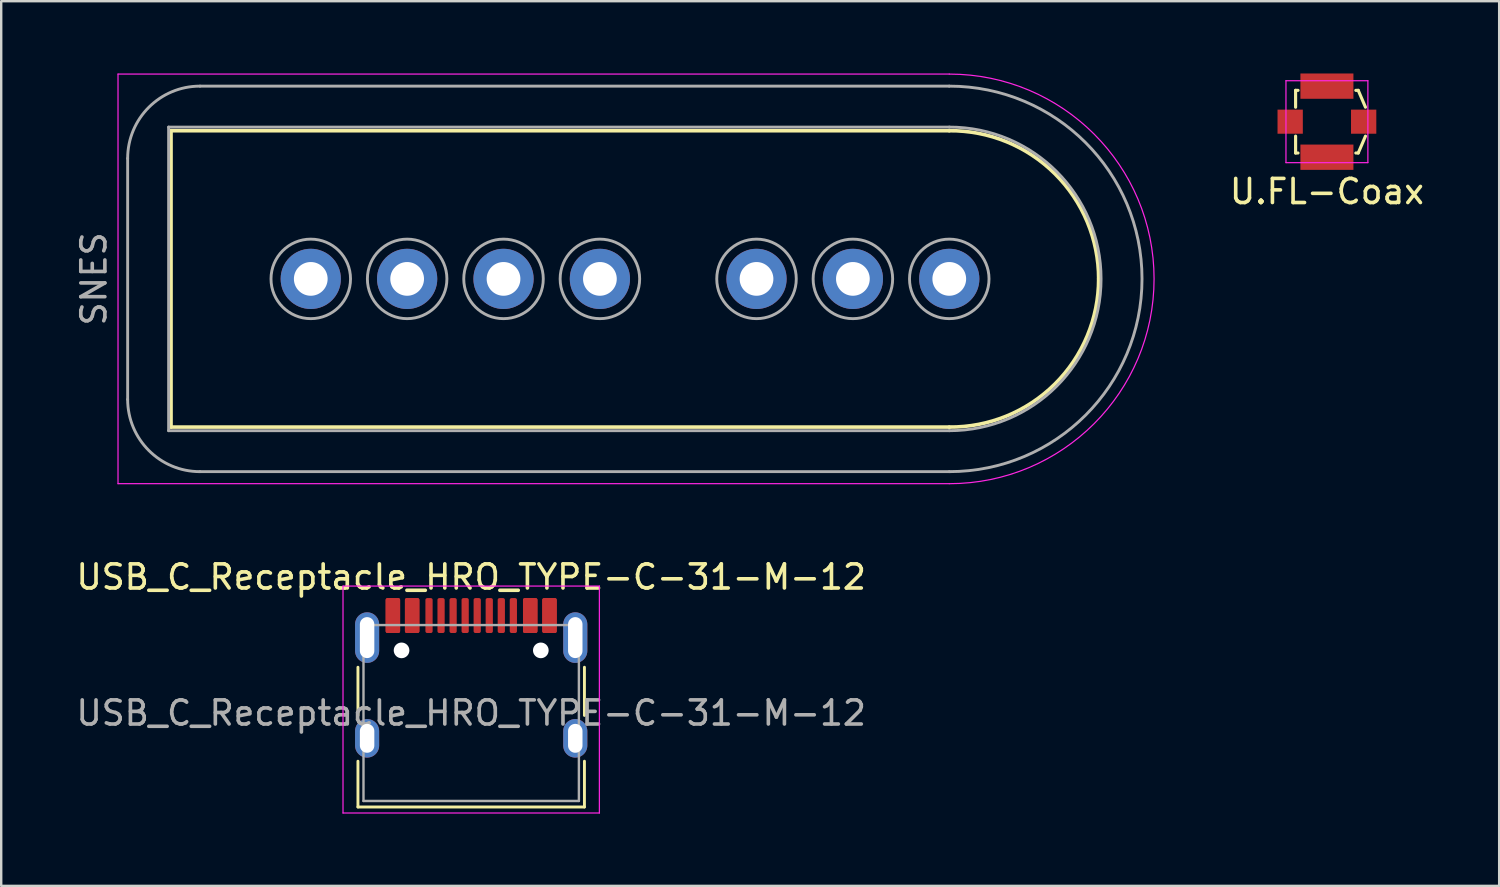
<source format=kicad_pcb>
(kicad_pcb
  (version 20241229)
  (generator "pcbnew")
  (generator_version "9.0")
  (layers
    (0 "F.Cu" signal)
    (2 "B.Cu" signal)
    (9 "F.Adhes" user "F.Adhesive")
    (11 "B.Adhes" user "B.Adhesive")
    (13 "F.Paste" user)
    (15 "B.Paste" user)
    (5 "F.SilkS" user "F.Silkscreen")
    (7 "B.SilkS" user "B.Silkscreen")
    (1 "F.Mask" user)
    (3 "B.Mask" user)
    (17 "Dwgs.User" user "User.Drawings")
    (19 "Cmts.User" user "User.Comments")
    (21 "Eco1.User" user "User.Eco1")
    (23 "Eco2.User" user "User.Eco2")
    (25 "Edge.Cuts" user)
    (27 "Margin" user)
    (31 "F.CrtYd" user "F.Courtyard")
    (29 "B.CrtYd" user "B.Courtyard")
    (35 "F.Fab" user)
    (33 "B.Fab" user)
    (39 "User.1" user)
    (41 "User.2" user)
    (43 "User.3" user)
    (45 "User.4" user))
  (footprint "USB_C_Receptacle_HRO_TYPE-C-31-M-12"
    (layer "F.Cu")
    (at 16.506 26.543)
    (property "Reference" "USB_C_Receptacle_HRO_TYPE-C-31-M-12" (at 0 -5.645 0) (layer "F.SilkS") (effects (font (size 1 1) (thickness 0.15))))
    (attr smd)
    (fp_line (start -4.7 -1.9) (end -4.7 0.1) (stroke (width 0.12) (type solid)) (layer "F.SilkS"))
    (fp_line (start -4.7 2) (end -4.7 3.9) (stroke (width 0.12) (type solid)) (layer "F.SilkS"))
    (fp_line (start -4.7 3.9) (end 4.7 3.9) (stroke (width 0.12) (type solid)) (layer "F.SilkS"))
    (fp_line (start 4.7 -1.9) (end 4.7 0.1) (stroke (width 0.12) (type solid)) (layer "F.SilkS"))
    (fp_line (start 4.7 2) (end 4.7 3.9) (stroke (width 0.12) (type solid)) (layer "F.SilkS"))
    (fp_line (start -5.32 -5.27) (end -5.32 4.15) (stroke (width 0.05) (type solid)) (layer "F.CrtYd"))
    (fp_line (start -5.32 -5.27) (end 5.32 -5.27) (stroke (width 0.05) (type solid)) (layer "F.CrtYd"))
    (fp_line (start -5.32 4.15) (end 5.32 4.15) (stroke (width 0.05) (type solid)) (layer "F.CrtYd"))
    (fp_line (start 5.32 -5.27) (end 5.32 4.15) (stroke (width 0.05) (type solid)) (layer "F.CrtYd"))
    (fp_line (start -4.47 -3.65) (end -4.47 3.65) (stroke (width 0.1) (type solid)) (layer "F.Fab"))
    (fp_line (start -4.47 -3.65) (end 4.47 -3.65) (stroke (width 0.1) (type solid)) (layer "F.Fab"))
    (fp_line (start -4.47 3.65) (end 4.47 3.65) (stroke (width 0.1) (type solid)) (layer "F.Fab"))
    (fp_line (start 4.47 -3.65) (end 4.47 3.65) (stroke (width 0.1) (type solid)) (layer "F.Fab"))
    (fp_text user "${REFERENCE}" (at 0 0 0) (layer "F.Fab") (effects (font (size 1 1) (thickness 0.15))))
    (pad "" np_thru_hole circle (at -2.89 -2.6) (size 0.65 0.65) (drill 0.65) (layers "*.Cu" "*.Mask"))
    (pad "" np_thru_hole circle (at 2.89 -2.6) (size 0.65 0.65) (drill 0.65) (layers "*.Cu" "*.Mask"))
    (pad "A1" smd roundrect (at -3.25 -4.045) (size 0.6 1.45) (layers "F.Cu" "F.Mask" "F.Paste") (roundrect_rratio 0.125))
    (pad "A4" smd roundrect (at -2.45 -4.045) (size 0.6 1.45) (layers "F.Cu" "F.Mask" "F.Paste") (roundrect_rratio 0.125))
    (pad "A5" smd roundrect (at -1.25 -4.045) (size 0.3 1.45) (layers "F.Cu" "F.Mask" "F.Paste") (roundrect_rratio 0.25))
    (pad "A6" smd roundrect (at -0.25 -4.045) (size 0.3 1.45) (layers "F.Cu" "F.Mask" "F.Paste") (roundrect_rratio 0.25))
    (pad "A7" smd roundrect (at 0.25 -4.045) (size 0.3 1.45) (layers "F.Cu" "F.Mask" "F.Paste") (roundrect_rratio 0.25))
    (pad "A8" smd roundrect (at 1.25 -4.045) (size 0.3 1.45) (layers "F.Cu" "F.Mask" "F.Paste") (roundrect_rratio 0.25))
    (pad "A9" smd roundrect (at 2.45 -4.045) (size 0.6 1.45) (layers "F.Cu" "F.Mask" "F.Paste") (roundrect_rratio 0.125))
    (pad "A12" smd roundrect (at 3.25 -4.045) (size 0.6 1.45) (layers "F.Cu" "F.Mask" "F.Paste") (roundrect_rratio 0.125))
    (pad "B1" smd roundrect (at 3.25 -4.045) (size 0.6 1.45) (layers "F.Cu" "F.Mask" "F.Paste") (roundrect_rratio 0.125))
    (pad "B4" smd roundrect (at 2.45 -4.045) (size 0.6 1.45) (layers "F.Cu" "F.Mask" "F.Paste") (roundrect_rratio 0.125))
    (pad "B5" smd roundrect (at 1.75 -4.045) (size 0.3 1.45) (layers "F.Cu" "F.Mask" "F.Paste") (roundrect_rratio 0.25))
    (pad "B6" smd roundrect (at 0.75 -4.045) (size 0.3 1.45) (layers "F.Cu" "F.Mask" "F.Paste") (roundrect_rratio 0.25))
    (pad "B7" smd roundrect (at -0.75 -4.045) (size 0.3 1.45) (layers "F.Cu" "F.Mask" "F.Paste") (roundrect_rratio 0.25))
    (pad "B8" smd roundrect (at -1.75 -4.045) (size 0.3 1.45) (layers "F.Cu" "F.Mask" "F.Paste") (roundrect_rratio 0.25))
    (pad "B9" smd roundrect (at -2.45 -4.045) (size 0.6 1.45) (layers "F.Cu" "F.Mask" "F.Paste") (roundrect_rratio 0.125))
    (pad "B12" smd roundrect (at -3.25 -4.045) (size 0.6 1.45) (layers "F.Cu" "F.Mask" "F.Paste") (roundrect_rratio 0.125))
    (pad "S1" thru_hole oval (at -4.32 -3.13) (size 1 2.1) (drill oval 0.6 1.7) (layers "*.Cu" "*.Mask"))
    (pad "S1" thru_hole oval (at -4.32 1.05) (size 1 1.6) (drill oval 0.6 1.2) (layers "*.Cu" "*.Mask"))
    (pad "S1" thru_hole oval (at 4.32 -3.13) (size 1 2.1) (drill oval 0.6 1.7) (layers "*.Cu" "*.Mask"))
    (pad "S1" thru_hole oval (at 4.32 1.05) (size 1 1.6) (drill oval 0.6 1.2) (layers "*.Cu" "*.Mask")))
  (footprint "SNES"
    (layer "F.Cu")
    (at 9.848 8.525)
    (property "Reference" "SNES" (at -9 0 270) (layer "F.Fab") (effects (font (size 1 1) (thickness 0.15))))
    (attr through_hole)
    (fp_line (start -5.8 -6.15) (end 26.5 -6.15) (stroke (width 0.15) (type solid)) (layer "F.SilkS"))
    (fp_line (start -5.8 6.15) (end -5.8 -6.15) (stroke (width 0.15) (type solid)) (layer "F.SilkS"))
    (fp_line (start -5.8 6.15) (end 26.5 6.15) (stroke (width 0.15) (type solid)) (layer "F.SilkS"))
    (fp_arc (start 26.5 -6.15) (mid 30.881137 -4.366492) (end 32.700203 0) (stroke (width 0.15) (type solid)) (layer "F.SilkS"))
    (fp_arc (start 32.7 0) (mid 30.880994 4.366348) (end 26.500002 6.149797) (stroke (width 0.15) (type solid)) (layer "F.SilkS"))
    (fp_line (start -8 -8.5) (end -8 8.5) (stroke (width 0.05) (type solid)) (layer "F.CrtYd"))
    (fp_line (start -8 -8.5) (end 26.5 -8.5) (stroke (width 0.05) (type solid)) (layer "F.CrtYd"))
    (fp_line (start -8 8.5) (end 26.5 8.5) (stroke (width 0.05) (type solid)) (layer "F.CrtYd"))
    (fp_arc (start 26.5 -8.5) (mid 35 0) (end 26.5 8.5) (stroke (width 0.05) (type solid)) (layer "F.CrtYd"))
    (fp_line (start -7.6 -5) (end -7.6 5) (stroke (width 0.12) (type solid)) (layer "F.Fab"))
    (fp_line (start -5.9 -6.3) (end -5.9 6.3) (stroke (width 0.12) (type solid)) (layer "F.Fab"))
    (fp_line (start -5.9 -6.3) (end 26.5 -6.3) (stroke (width 0.12) (type solid)) (layer "F.Fab"))
    (fp_line (start -5.9 6.3) (end 26.5 6.3) (stroke (width 0.12) (type solid)) (layer "F.Fab"))
    (fp_line (start -4.6 -8) (end 26.5 -8) (stroke (width 0.12) (type solid)) (layer "F.Fab"))
    (fp_line (start -4.6 8) (end 26.5 8) (stroke (width 0.12) (type solid)) (layer "F.Fab"))
    (fp_arc (start -7.6 -5) (mid -6.72132 -7.12132) (end -4.6 -8) (stroke (width 0.12) (type solid)) (layer "F.Fab"))
    (fp_arc (start -4.6 8) (mid -6.72132 7.12132) (end -7.6 5) (stroke (width 0.12) (type solid)) (layer "F.Fab"))
    (fp_arc (start 26.5 -8) (mid 34.5 0) (end 26.5 8) (stroke (width 0.12) (type solid)) (layer "F.Fab"))
    (fp_arc (start 26.5 -6.3) (mid 32.8 0) (end 26.5 6.3) (stroke (width 0.12) (type solid)) (layer "F.Fab"))
    (fp_circle (center 0 0) (end 1.65 0) (stroke (width 0.12) (type solid)) (fill no) (layer "F.Fab"))
    (fp_circle (center 4 0) (end 5.65 0) (stroke (width 0.12) (type solid)) (fill no) (layer "F.Fab"))
    (fp_circle (center 8 0) (end 9.65 0) (stroke (width 0.12) (type solid)) (fill no) (layer "F.Fab"))
    (fp_circle (center 12 0) (end 13.65 0) (stroke (width 0.12) (type solid)) (fill no) (layer "F.Fab"))
    (fp_circle (center 18.5 0) (end 20.15 0) (stroke (width 0.12) (type solid)) (fill no) (layer "F.Fab"))
    (fp_circle (center 22.5 0) (end 24.15 0) (stroke (width 0.12) (type solid)) (fill no) (layer "F.Fab"))
    (fp_circle (center 26.5 0) (end 28.15 0) (stroke (width 0.12) (type solid)) (fill no) (layer "F.Fab"))
    (pad "1" thru_hole circle (at 0 0) (size 2.5 2.5) (drill 1.4) (layers "*.Cu" "*.Mask"))
    (pad "2" thru_hole circle (at 4 0) (size 2.5 2.5) (drill 1.4) (layers "*.Cu" "*.Mask"))
    (pad "3" thru_hole circle (at 8 0) (size 2.5 2.5) (drill 1.4) (layers "*.Cu" "*.Mask"))
    (pad "4" thru_hole circle (at 12 0) (size 2.5 2.5) (drill 1.4) (layers "*.Cu" "*.Mask"))
    (pad "5" thru_hole circle (at 18.5 0) (size 2.5 2.5) (drill 1.4) (layers "*.Cu" "*.Mask"))
    (pad "6" thru_hole circle (at 22.5 0) (size 2.5 2.5) (drill 1.4) (layers "*.Cu" "*.Mask"))
    (pad "7" thru_hole circle (at 26.5 0) (size 2.5 2.5) (drill 1.4) (layers "*.Cu" "*.Mask")))
  (footprint "U.FL-Coax"
    (layer "F.Cu")
    (at 52.022 2)
    (property "Reference" "U.FL-Coax" (at 0 2.9 0) (layer "F.SilkS") (effects (font (size 1 1) (thickness 0.15))))
    (attr smd)
    (fp_line (start -1.3 -1.3) (end -1.3 -0.6) (stroke (width 0.13) (type solid)) (layer "F.SilkS"))
    (fp_line (start -1.3 -1.3) (end -1.2 -1.3) (stroke (width 0.13) (type solid)) (layer "F.SilkS"))
    (fp_line (start -1.3 0.6) (end -1.3 1.3) (stroke (width 0.13) (type solid)) (layer "F.SilkS"))
    (fp_line (start -1.3 1.3) (end -1.2 1.3) (stroke (width 0.13) (type solid)) (layer "F.SilkS"))
    (fp_line (start 1.3 -1.3) (end 1.2 -1.3) (stroke (width 0.13) (type solid)) (layer "F.SilkS"))
    (fp_line (start 1.3 1.3) (end 1.2 1.3) (stroke (width 0.13) (type solid)) (layer "F.SilkS"))
    (fp_line (start 1.3 1.3) (end 1.6 0.6) (stroke (width 0.13) (type solid)) (layer "F.SilkS"))
    (fp_line (start 1.6 -0.6) (end 1.3 -1.3) (stroke (width 0.13) (type solid)) (layer "F.SilkS"))
    (fp_line (start -1.7 -1.7) (end 1.7 -1.7) (stroke (width 0.05) (type solid)) (layer "F.CrtYd"))
    (fp_line (start -1.7 1.7) (end -1.7 -1.7) (stroke (width 0.05) (type solid)) (layer "F.CrtYd"))
    (fp_line (start 1.7 -1.7) (end 1.7 1.7) (stroke (width 0.05) (type solid)) (layer "F.CrtYd"))
    (fp_line (start 1.7 1.7) (end -1.7 1.7) (stroke (width 0.05) (type solid)) (layer "F.CrtYd"))
    (pad "1" smd rect (at 1.525 0) (size 1.05 1) (layers "F.Cu" "F.Mask" "F.Paste"))
    (pad "2" smd rect (at -1.525 0) (size 1.05 1) (layers "F.Cu" "F.Mask" "F.Paste"))
    (pad "2" smd rect (at 0 -1.475) (size 2.2 1.05) (layers "F.Cu" "F.Mask" "F.Paste"))
    (pad "2" smd rect (at 0 1.475) (size 2.2 1.05) (layers "F.Cu" "F.Mask" "F.Paste")))
  (gr_rect
    (start -3 -3)
    (end 59.171 33.718)
    (stroke (width 0.1) (type default))
    (fill no)
    (layer "Edge.Cuts")))
</source>
